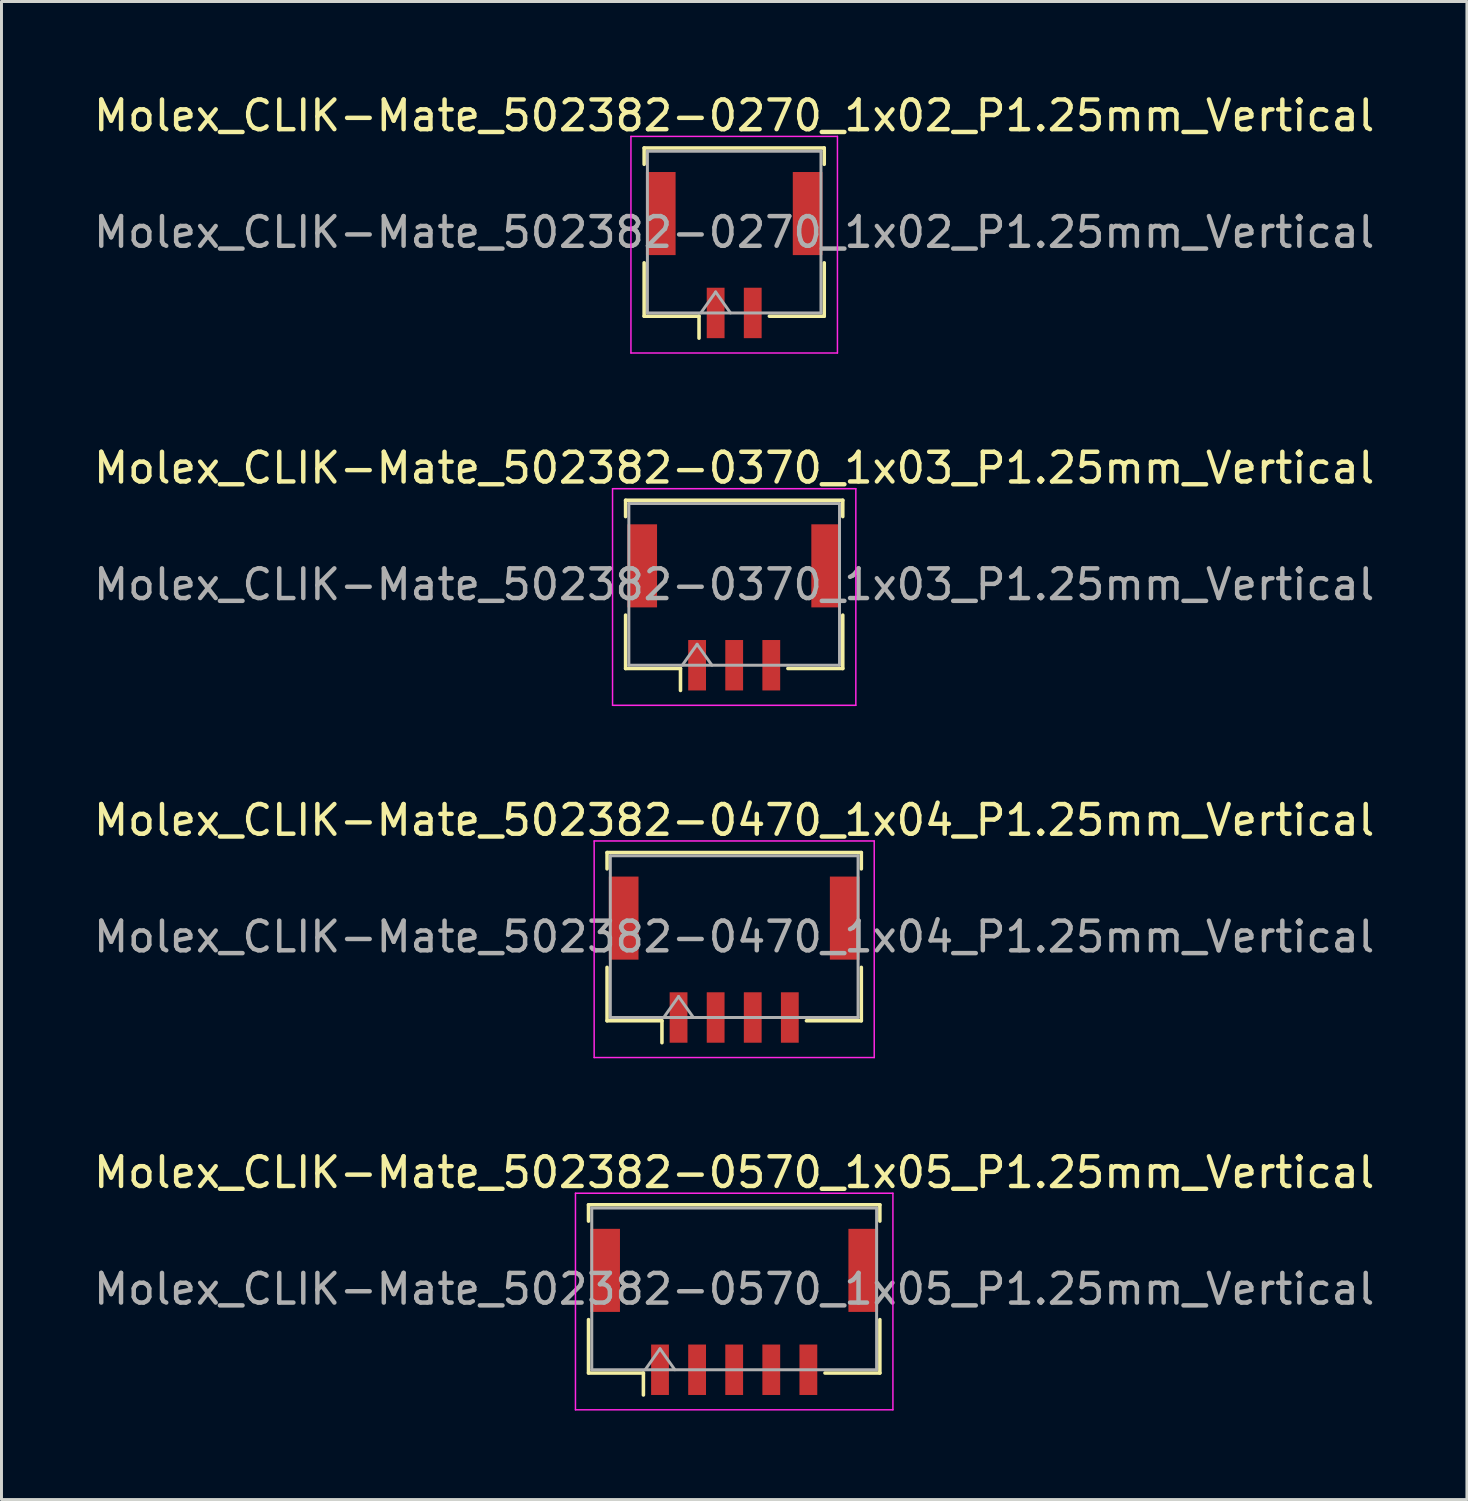
<source format=kicad_pcb>
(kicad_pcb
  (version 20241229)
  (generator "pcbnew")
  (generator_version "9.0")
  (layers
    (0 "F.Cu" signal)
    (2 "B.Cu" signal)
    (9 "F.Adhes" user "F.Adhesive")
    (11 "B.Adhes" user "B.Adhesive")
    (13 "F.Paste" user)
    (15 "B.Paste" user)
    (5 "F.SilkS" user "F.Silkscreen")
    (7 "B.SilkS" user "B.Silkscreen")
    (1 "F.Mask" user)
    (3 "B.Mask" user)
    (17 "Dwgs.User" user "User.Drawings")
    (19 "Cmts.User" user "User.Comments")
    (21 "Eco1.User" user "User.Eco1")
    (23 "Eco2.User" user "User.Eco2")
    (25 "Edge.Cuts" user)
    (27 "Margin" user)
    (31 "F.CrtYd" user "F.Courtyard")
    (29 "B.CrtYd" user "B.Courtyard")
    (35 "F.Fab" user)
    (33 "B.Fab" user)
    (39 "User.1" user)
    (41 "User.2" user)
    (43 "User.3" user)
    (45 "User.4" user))
  (footprint "Molex_CLIK-Mate_502382-0570_1x05_P1.25mm_Vertical"
    (layer "F.Cu")
    (at 21.696 41.168)
    (property "Reference" "Molex_CLIK-Mate_502382-0570_1x05_P1.25mm_Vertical" (at 0 -4.7 0) (layer "F.SilkS") (effects (font (size 1 1) (thickness 0.15))))
    (attr smd)
    (fp_line (start -4.91 -3.61) (end 4.91 -3.61) (stroke (width 0.12) (type solid)) (layer "F.SilkS"))
    (fp_line (start -4.91 -3.06) (end -4.91 -3.61) (stroke (width 0.12) (type solid)) (layer "F.SilkS"))
    (fp_line (start -4.91 0.26) (end -4.91 2.06) (stroke (width 0.12) (type solid)) (layer "F.SilkS"))
    (fp_line (start -4.91 2.06) (end -3.06 2.06) (stroke (width 0.12) (type solid)) (layer "F.SilkS"))
    (fp_line (start -3.06 2.06) (end -3.06 2.8) (stroke (width 0.12) (type solid)) (layer "F.SilkS"))
    (fp_line (start 4.91 -3.61) (end 4.91 -3.06) (stroke (width 0.12) (type solid)) (layer "F.SilkS"))
    (fp_line (start 4.91 0.26) (end 4.91 2.06) (stroke (width 0.12) (type solid)) (layer "F.SilkS"))
    (fp_line (start 4.91 2.06) (end 3.06 2.06) (stroke (width 0.12) (type solid)) (layer "F.SilkS"))
    (fp_line (start -5.35 -4) (end -5.35 3.3) (stroke (width 0.05) (type solid)) (layer "F.CrtYd"))
    (fp_line (start -5.35 3.3) (end 5.35 3.3) (stroke (width 0.05) (type solid)) (layer "F.CrtYd"))
    (fp_line (start 5.35 -4) (end -5.35 -4) (stroke (width 0.05) (type solid)) (layer "F.CrtYd"))
    (fp_line (start 5.35 3.3) (end 5.35 -4) (stroke (width 0.05) (type solid)) (layer "F.CrtYd"))
    (fp_line (start -4.8 -3.5) (end 4.8 -3.5) (stroke (width 0.1) (type solid)) (layer "F.Fab"))
    (fp_line (start -4.8 1.95) (end -4.8 -3.5) (stroke (width 0.1) (type solid)) (layer "F.Fab"))
    (fp_line (start -4.8 1.95) (end 4.8 1.95) (stroke (width 0.1) (type solid)) (layer "F.Fab"))
    (fp_line (start -3 1.95) (end -2.5 1.243) (stroke (width 0.1) (type solid)) (layer "F.Fab"))
    (fp_line (start -2.5 1.243) (end -2 1.95) (stroke (width 0.1) (type solid)) (layer "F.Fab"))
    (fp_line (start 4.8 1.95) (end 4.8 -3.5) (stroke (width 0.1) (type solid)) (layer "F.Fab"))
    (fp_text user "${REFERENCE}" (at 0 -0.77 0) (layer "F.Fab") (effects (font (size 1 1) (thickness 0.15))))
    (pad "" smd rect (at -4.35 -1.4) (size 1 2.8) (layers "F.Cu" "F.Mask" "F.Paste"))
    (pad "" smd rect (at 4.35 -1.4) (size 1 2.8) (layers "F.Cu" "F.Mask" "F.Paste"))
    (pad "1" smd rect (at -2.5 1.95) (size 0.6 1.7) (layers "F.Cu" "F.Mask" "F.Paste"))
    (pad "2" smd rect (at -1.25 1.95) (size 0.6 1.7) (layers "F.Cu" "F.Mask" "F.Paste"))
    (pad "3" smd rect (at 0 1.95) (size 0.6 1.7) (layers "F.Cu" "F.Mask" "F.Paste"))
    (pad "4" smd rect (at 1.25 1.95) (size 0.6 1.7) (layers "F.Cu" "F.Mask" "F.Paste"))
    (pad "5" smd rect (at 2.5 1.95) (size 0.6 1.7) (layers "F.Cu" "F.Mask" "F.Paste")))
  (footprint "Molex_CLIK-Mate_502382-0470_1x04_P1.25mm_Vertical"
    (layer "F.Cu")
    (at 21.696 29.295)
    (property "Reference" "Molex_CLIK-Mate_502382-0470_1x04_P1.25mm_Vertical" (at 0 -4.7 0) (layer "F.SilkS") (effects (font (size 1 1) (thickness 0.15))))
    (attr smd)
    (fp_line (start -4.285 -3.61) (end 4.285 -3.61) (stroke (width 0.12) (type solid)) (layer "F.SilkS"))
    (fp_line (start -4.285 -3.06) (end -4.285 -3.61) (stroke (width 0.12) (type solid)) (layer "F.SilkS"))
    (fp_line (start -4.285 0.26) (end -4.285 2.06) (stroke (width 0.12) (type solid)) (layer "F.SilkS"))
    (fp_line (start -4.285 2.06) (end -2.435 2.06) (stroke (width 0.12) (type solid)) (layer "F.SilkS"))
    (fp_line (start -2.435 2.06) (end -2.435 2.8) (stroke (width 0.12) (type solid)) (layer "F.SilkS"))
    (fp_line (start 4.285 -3.61) (end 4.285 -3.06) (stroke (width 0.12) (type solid)) (layer "F.SilkS"))
    (fp_line (start 4.285 0.26) (end 4.285 2.06) (stroke (width 0.12) (type solid)) (layer "F.SilkS"))
    (fp_line (start 4.285 2.06) (end 2.435 2.06) (stroke (width 0.12) (type solid)) (layer "F.SilkS"))
    (fp_line (start -4.72 -4) (end -4.72 3.3) (stroke (width 0.05) (type solid)) (layer "F.CrtYd"))
    (fp_line (start -4.72 3.3) (end 4.72 3.3) (stroke (width 0.05) (type solid)) (layer "F.CrtYd"))
    (fp_line (start 4.72 -4) (end -4.72 -4) (stroke (width 0.05) (type solid)) (layer "F.CrtYd"))
    (fp_line (start 4.72 3.3) (end 4.72 -4) (stroke (width 0.05) (type solid)) (layer "F.CrtYd"))
    (fp_line (start -4.175 -3.5) (end 4.175 -3.5) (stroke (width 0.1) (type solid)) (layer "F.Fab"))
    (fp_line (start -4.175 1.95) (end -4.175 -3.5) (stroke (width 0.1) (type solid)) (layer "F.Fab"))
    (fp_line (start -4.175 1.95) (end 4.175 1.95) (stroke (width 0.1) (type solid)) (layer "F.Fab"))
    (fp_line (start -2.375 1.95) (end -1.875 1.243) (stroke (width 0.1) (type solid)) (layer "F.Fab"))
    (fp_line (start -1.875 1.243) (end -1.375 1.95) (stroke (width 0.1) (type solid)) (layer "F.Fab"))
    (fp_line (start 4.175 1.95) (end 4.175 -3.5) (stroke (width 0.1) (type solid)) (layer "F.Fab"))
    (fp_text user "${REFERENCE}" (at 0 -0.77 0) (layer "F.Fab") (effects (font (size 1 1) (thickness 0.15))))
    (pad "" smd rect (at -3.725 -1.4) (size 1 2.8) (layers "F.Cu" "F.Mask" "F.Paste"))
    (pad "" smd rect (at 3.725 -1.4) (size 1 2.8) (layers "F.Cu" "F.Mask" "F.Paste"))
    (pad "1" smd rect (at -1.875 1.95) (size 0.6 1.7) (layers "F.Cu" "F.Mask" "F.Paste"))
    (pad "2" smd rect (at -0.625 1.95) (size 0.6 1.7) (layers "F.Cu" "F.Mask" "F.Paste"))
    (pad "3" smd rect (at 0.625 1.95) (size 0.6 1.7) (layers "F.Cu" "F.Mask" "F.Paste"))
    (pad "4" smd rect (at 1.875 1.95) (size 0.6 1.7) (layers "F.Cu" "F.Mask" "F.Paste")))
  (footprint "Molex_CLIK-Mate_502382-0370_1x03_P1.25mm_Vertical"
    (layer "F.Cu")
    (at 21.696 17.422)
    (property "Reference" "Molex_CLIK-Mate_502382-0370_1x03_P1.25mm_Vertical" (at 0 -4.7 0) (layer "F.SilkS") (effects (font (size 1 1) (thickness 0.15))))
    (attr smd)
    (fp_line (start -3.66 -3.61) (end 3.66 -3.61) (stroke (width 0.12) (type solid)) (layer "F.SilkS"))
    (fp_line (start -3.66 -3.06) (end -3.66 -3.61) (stroke (width 0.12) (type solid)) (layer "F.SilkS"))
    (fp_line (start -3.66 0.26) (end -3.66 2.06) (stroke (width 0.12) (type solid)) (layer "F.SilkS"))
    (fp_line (start -3.66 2.06) (end -1.81 2.06) (stroke (width 0.12) (type solid)) (layer "F.SilkS"))
    (fp_line (start -1.81 2.06) (end -1.81 2.8) (stroke (width 0.12) (type solid)) (layer "F.SilkS"))
    (fp_line (start 3.66 -3.61) (end 3.66 -3.06) (stroke (width 0.12) (type solid)) (layer "F.SilkS"))
    (fp_line (start 3.66 0.26) (end 3.66 2.06) (stroke (width 0.12) (type solid)) (layer "F.SilkS"))
    (fp_line (start 3.66 2.06) (end 1.81 2.06) (stroke (width 0.12) (type solid)) (layer "F.SilkS"))
    (fp_line (start -4.1 -4) (end -4.1 3.3) (stroke (width 0.05) (type solid)) (layer "F.CrtYd"))
    (fp_line (start -4.1 3.3) (end 4.1 3.3) (stroke (width 0.05) (type solid)) (layer "F.CrtYd"))
    (fp_line (start 4.1 -4) (end -4.1 -4) (stroke (width 0.05) (type solid)) (layer "F.CrtYd"))
    (fp_line (start 4.1 3.3) (end 4.1 -4) (stroke (width 0.05) (type solid)) (layer "F.CrtYd"))
    (fp_line (start -3.55 -3.5) (end 3.55 -3.5) (stroke (width 0.1) (type solid)) (layer "F.Fab"))
    (fp_line (start -3.55 1.95) (end -3.55 -3.5) (stroke (width 0.1) (type solid)) (layer "F.Fab"))
    (fp_line (start -3.55 1.95) (end 3.55 1.95) (stroke (width 0.1) (type solid)) (layer "F.Fab"))
    (fp_line (start -1.75 1.95) (end -1.25 1.243) (stroke (width 0.1) (type solid)) (layer "F.Fab"))
    (fp_line (start -1.25 1.243) (end -0.75 1.95) (stroke (width 0.1) (type solid)) (layer "F.Fab"))
    (fp_line (start 3.55 1.95) (end 3.55 -3.5) (stroke (width 0.1) (type solid)) (layer "F.Fab"))
    (fp_text user "${REFERENCE}" (at 0 -0.77 0) (layer "F.Fab") (effects (font (size 1 1) (thickness 0.15))))
    (pad "" smd rect (at -3.1 -1.4) (size 1 2.8) (layers "F.Cu" "F.Mask" "F.Paste"))
    (pad "" smd rect (at 3.1 -1.4) (size 1 2.8) (layers "F.Cu" "F.Mask" "F.Paste"))
    (pad "1" smd rect (at -1.25 1.95) (size 0.6 1.7) (layers "F.Cu" "F.Mask" "F.Paste"))
    (pad "2" smd rect (at 0 1.95) (size 0.6 1.7) (layers "F.Cu" "F.Mask" "F.Paste"))
    (pad "3" smd rect (at 1.25 1.95) (size 0.6 1.7) (layers "F.Cu" "F.Mask" "F.Paste")))
  (footprint "Molex_CLIK-Mate_502382-0270_1x02_P1.25mm_Vertical"
    (layer "F.Cu")
    (at 21.696 5.548)
    (property "Reference" "Molex_CLIK-Mate_502382-0270_1x02_P1.25mm_Vertical" (at 0 -4.7 0) (layer "F.SilkS") (effects (font (size 1 1) (thickness 0.15))))
    (attr smd)
    (fp_line (start -3.035 -3.61) (end 3.035 -3.61) (stroke (width 0.12) (type solid)) (layer "F.SilkS"))
    (fp_line (start -3.035 -3.06) (end -3.035 -3.61) (stroke (width 0.12) (type solid)) (layer "F.SilkS"))
    (fp_line (start -3.035 0.26) (end -3.035 2.06) (stroke (width 0.12) (type solid)) (layer "F.SilkS"))
    (fp_line (start -3.035 2.06) (end -1.185 2.06) (stroke (width 0.12) (type solid)) (layer "F.SilkS"))
    (fp_line (start -1.185 2.06) (end -1.185 2.8) (stroke (width 0.12) (type solid)) (layer "F.SilkS"))
    (fp_line (start 3.035 -3.61) (end 3.035 -3.06) (stroke (width 0.12) (type solid)) (layer "F.SilkS"))
    (fp_line (start 3.035 0.26) (end 3.035 2.06) (stroke (width 0.12) (type solid)) (layer "F.SilkS"))
    (fp_line (start 3.035 2.06) (end 1.185 2.06) (stroke (width 0.12) (type solid)) (layer "F.SilkS"))
    (fp_line (start -3.48 -4) (end -3.48 3.3) (stroke (width 0.05) (type solid)) (layer "F.CrtYd"))
    (fp_line (start -3.48 3.3) (end 3.48 3.3) (stroke (width 0.05) (type solid)) (layer "F.CrtYd"))
    (fp_line (start 3.48 -4) (end -3.48 -4) (stroke (width 0.05) (type solid)) (layer "F.CrtYd"))
    (fp_line (start 3.48 3.3) (end 3.48 -4) (stroke (width 0.05) (type solid)) (layer "F.CrtYd"))
    (fp_line (start -2.925 -3.5) (end 2.925 -3.5) (stroke (width 0.1) (type solid)) (layer "F.Fab"))
    (fp_line (start -2.925 1.95) (end -2.925 -3.5) (stroke (width 0.1) (type solid)) (layer "F.Fab"))
    (fp_line (start -2.925 1.95) (end 2.925 1.95) (stroke (width 0.1) (type solid)) (layer "F.Fab"))
    (fp_line (start -1.125 1.95) (end -0.625 1.243) (stroke (width 0.1) (type solid)) (layer "F.Fab"))
    (fp_line (start -0.625 1.243) (end -0.125 1.95) (stroke (width 0.1) (type solid)) (layer "F.Fab"))
    (fp_line (start 2.925 1.95) (end 2.925 -3.5) (stroke (width 0.1) (type solid)) (layer "F.Fab"))
    (fp_text user "${REFERENCE}" (at 0 -0.77 0) (layer "F.Fab") (effects (font (size 1 1) (thickness 0.15))))
    (pad "" smd rect (at -2.475 -1.4) (size 1 2.8) (layers "F.Cu" "F.Mask" "F.Paste"))
    (pad "" smd rect (at 2.475 -1.4) (size 1 2.8) (layers "F.Cu" "F.Mask" "F.Paste"))
    (pad "1" smd rect (at -0.625 1.95) (size 0.6 1.7) (layers "F.Cu" "F.Mask" "F.Paste"))
    (pad "2" smd rect (at 0.625 1.95) (size 0.6 1.7) (layers "F.Cu" "F.Mask" "F.Paste")))
  (gr_rect
    (start -3 -3)
    (end 46.393 47.493)
    (stroke (width 0.1) (type default))
    (fill no)
    (layer "Edge.Cuts")))
</source>
